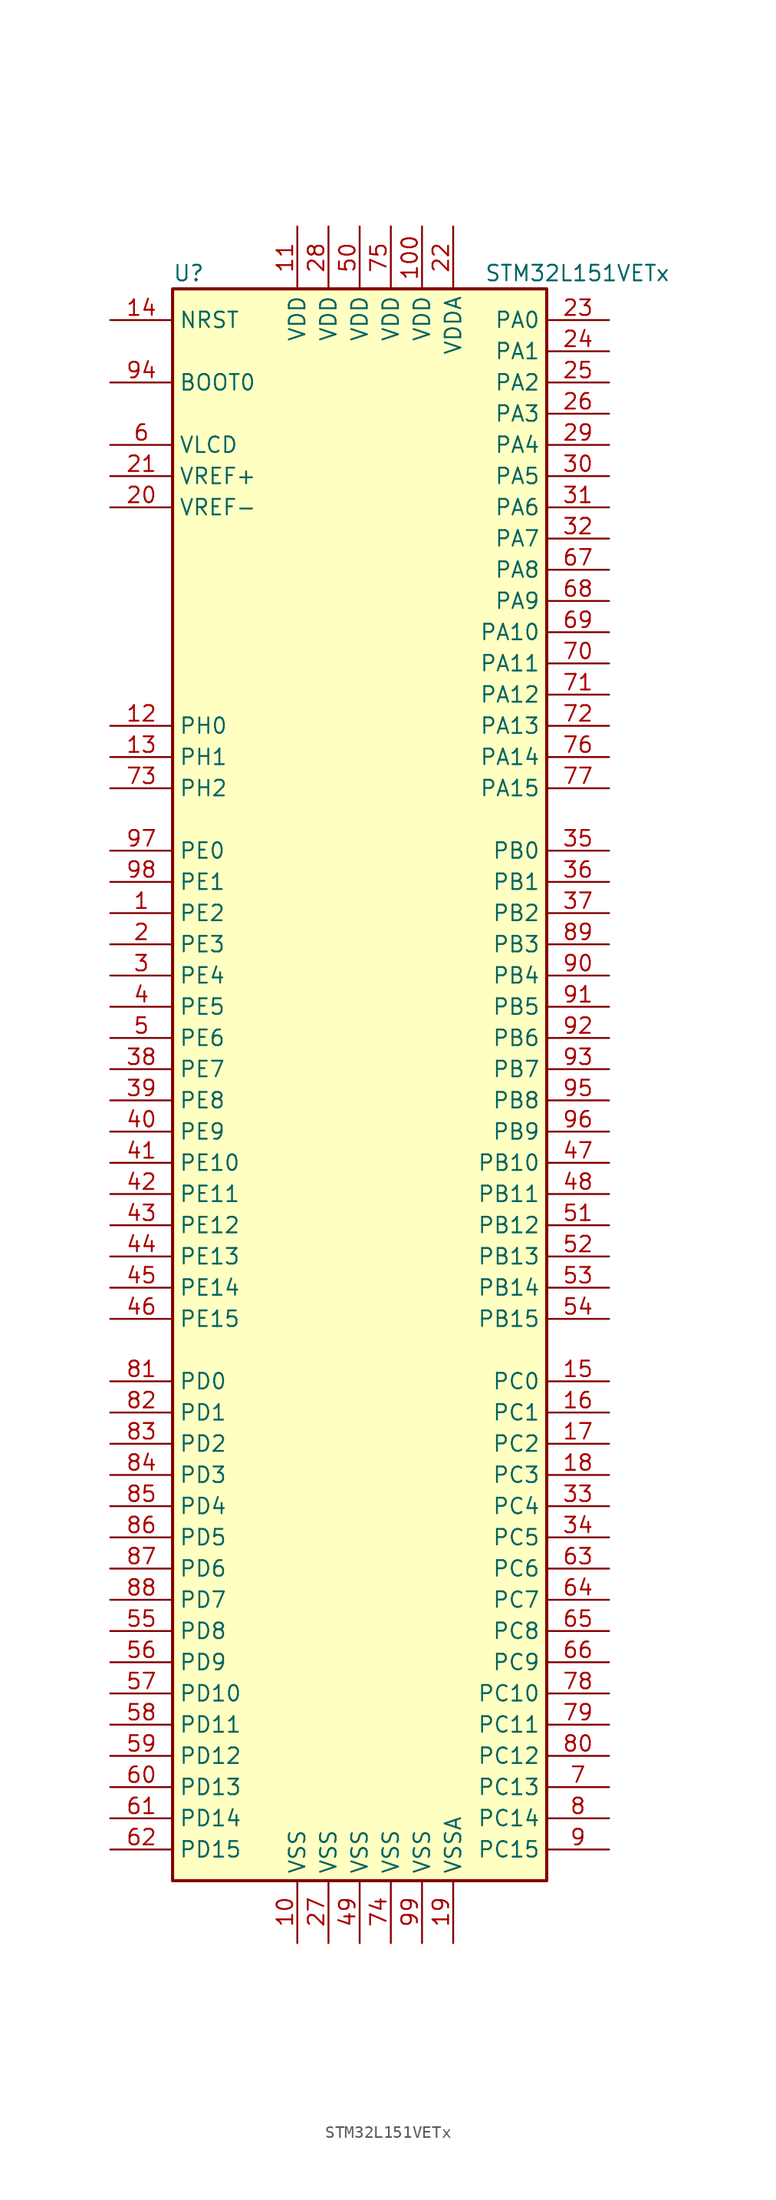
<source format=kicad_sym>
(kicad_symbol_lib
  (version 20201005)
  (generator kicad_symbol_editor)
  (symbol "STM32L151VETx"
    (property "Reference" "U"
      (at -15.24 64.77 0)
      (effects (font (size 1.27 1.27)) (justify left)))
    (property "Value" "STM32L151VETx"
      (at 10.16 64.77 0)
      (effects (font (size 1.27 1.27)) (justify left)))
    (symbol "STM32L151VETx_0_1"
      (rectangle (start -15.24 -66.04) (end 15.24 63.5) (stroke (width 0.254)) (fill (type background))))
    (symbol "STM32L151VETx_1_1"
      (pin input line (at -20.32 55.88 0) (length 5.08) (name "BOOT0" (effects (font (size 1.27 1.27)))) (number "94" (effects (font (size 1.27 1.27)))))
      (pin input line (at -20.32 60.96 0) (length 5.08) (name "NRST" (effects (font (size 1.27 1.27)))) (number "14" (effects (font (size 1.27 1.27)))))
      (pin bidirectional line (at 20.32 60.96 180) (length 5.08) (name "PA0" (effects (font (size 1.27 1.27)))) (number "23" (effects (font (size 1.27 1.27)))))
      (pin bidirectional line (at 20.32 58.42 180) (length 5.08) (name "PA1" (effects (font (size 1.27 1.27)))) (number "24" (effects (font (size 1.27 1.27)))))
      (pin bidirectional line (at 20.32 35.56 180) (length 5.08) (name "PA10" (effects (font (size 1.27 1.27)))) (number "69" (effects (font (size 1.27 1.27)))))
      (pin bidirectional line (at 20.32 33.02 180) (length 5.08) (name "PA11" (effects (font (size 1.27 1.27)))) (number "70" (effects (font (size 1.27 1.27)))))
      (pin bidirectional line (at 20.32 30.48 180) (length 5.08) (name "PA12" (effects (font (size 1.27 1.27)))) (number "71" (effects (font (size 1.27 1.27)))))
      (pin bidirectional line (at 20.32 27.94 180) (length 5.08) (name "PA13" (effects (font (size 1.27 1.27)))) (number "72" (effects (font (size 1.27 1.27)))))
      (pin bidirectional line (at 20.32 25.4 180) (length 5.08) (name "PA14" (effects (font (size 1.27 1.27)))) (number "76" (effects (font (size 1.27 1.27)))))
      (pin bidirectional line (at 20.32 22.86 180) (length 5.08) (name "PA15" (effects (font (size 1.27 1.27)))) (number "77" (effects (font (size 1.27 1.27)))))
      (pin bidirectional line (at 20.32 55.88 180) (length 5.08) (name "PA2" (effects (font (size 1.27 1.27)))) (number "25" (effects (font (size 1.27 1.27)))))
      (pin bidirectional line (at 20.32 53.34 180) (length 5.08) (name "PA3" (effects (font (size 1.27 1.27)))) (number "26" (effects (font (size 1.27 1.27)))))
      (pin bidirectional line (at 20.32 50.8 180) (length 5.08) (name "PA4" (effects (font (size 1.27 1.27)))) (number "29" (effects (font (size 1.27 1.27)))))
      (pin bidirectional line (at 20.32 48.26 180) (length 5.08) (name "PA5" (effects (font (size 1.27 1.27)))) (number "30" (effects (font (size 1.27 1.27)))))
      (pin bidirectional line (at 20.32 45.72 180) (length 5.08) (name "PA6" (effects (font (size 1.27 1.27)))) (number "31" (effects (font (size 1.27 1.27)))))
      (pin bidirectional line (at 20.32 43.18 180) (length 5.08) (name "PA7" (effects (font (size 1.27 1.27)))) (number "32" (effects (font (size 1.27 1.27)))))
      (pin bidirectional line (at 20.32 40.64 180) (length 5.08) (name "PA8" (effects (font (size 1.27 1.27)))) (number "67" (effects (font (size 1.27 1.27)))))
      (pin bidirectional line (at 20.32 38.1 180) (length 5.08) (name "PA9" (effects (font (size 1.27 1.27)))) (number "68" (effects (font (size 1.27 1.27)))))
      (pin bidirectional line (at 20.32 17.78 180) (length 5.08) (name "PB0" (effects (font (size 1.27 1.27)))) (number "35" (effects (font (size 1.27 1.27)))))
      (pin bidirectional line (at 20.32 15.24 180) (length 5.08) (name "PB1" (effects (font (size 1.27 1.27)))) (number "36" (effects (font (size 1.27 1.27)))))
      (pin bidirectional line (at 20.32 -7.62 180) (length 5.08) (name "PB10" (effects (font (size 1.27 1.27)))) (number "47" (effects (font (size 1.27 1.27)))))
      (pin bidirectional line (at 20.32 -10.16 180) (length 5.08) (name "PB11" (effects (font (size 1.27 1.27)))) (number "48" (effects (font (size 1.27 1.27)))))
      (pin bidirectional line (at 20.32 -12.7 180) (length 5.08) (name "PB12" (effects (font (size 1.27 1.27)))) (number "51" (effects (font (size 1.27 1.27)))))
      (pin bidirectional line (at 20.32 -15.24 180) (length 5.08) (name "PB13" (effects (font (size 1.27 1.27)))) (number "52" (effects (font (size 1.27 1.27)))))
      (pin bidirectional line (at 20.32 -17.78 180) (length 5.08) (name "PB14" (effects (font (size 1.27 1.27)))) (number "53" (effects (font (size 1.27 1.27)))))
      (pin bidirectional line (at 20.32 -20.32 180) (length 5.08) (name "PB15" (effects (font (size 1.27 1.27)))) (number "54" (effects (font (size 1.27 1.27)))))
      (pin bidirectional line (at 20.32 12.7 180) (length 5.08) (name "PB2" (effects (font (size 1.27 1.27)))) (number "37" (effects (font (size 1.27 1.27)))))
      (pin bidirectional line (at 20.32 10.16 180) (length 5.08) (name "PB3" (effects (font (size 1.27 1.27)))) (number "89" (effects (font (size 1.27 1.27)))))
      (pin bidirectional line (at 20.32 7.62 180) (length 5.08) (name "PB4" (effects (font (size 1.27 1.27)))) (number "90" (effects (font (size 1.27 1.27)))))
      (pin bidirectional line (at 20.32 5.08 180) (length 5.08) (name "PB5" (effects (font (size 1.27 1.27)))) (number "91" (effects (font (size 1.27 1.27)))))
      (pin bidirectional line (at 20.32 2.54 180) (length 5.08) (name "PB6" (effects (font (size 1.27 1.27)))) (number "92" (effects (font (size 1.27 1.27)))))
      (pin bidirectional line (at 20.32 0 180) (length 5.08) (name "PB7" (effects (font (size 1.27 1.27)))) (number "93" (effects (font (size 1.27 1.27)))))
      (pin bidirectional line (at 20.32 -2.54 180) (length 5.08) (name "PB8" (effects (font (size 1.27 1.27)))) (number "95" (effects (font (size 1.27 1.27)))))
      (pin bidirectional line (at 20.32 -5.08 180) (length 5.08) (name "PB9" (effects (font (size 1.27 1.27)))) (number "96" (effects (font (size 1.27 1.27)))))
      (pin bidirectional line (at 20.32 -25.4 180) (length 5.08) (name "PC0" (effects (font (size 1.27 1.27)))) (number "15" (effects (font (size 1.27 1.27)))))
      (pin bidirectional line (at 20.32 -27.94 180) (length 5.08) (name "PC1" (effects (font (size 1.27 1.27)))) (number "16" (effects (font (size 1.27 1.27)))))
      (pin bidirectional line (at 20.32 -50.8 180) (length 5.08) (name "PC10" (effects (font (size 1.27 1.27)))) (number "78" (effects (font (size 1.27 1.27)))))
      (pin bidirectional line (at 20.32 -53.34 180) (length 5.08) (name "PC11" (effects (font (size 1.27 1.27)))) (number "79" (effects (font (size 1.27 1.27)))))
      (pin bidirectional line (at 20.32 -55.88 180) (length 5.08) (name "PC12" (effects (font (size 1.27 1.27)))) (number "80" (effects (font (size 1.27 1.27)))))
      (pin bidirectional line (at 20.32 -58.42 180) (length 5.08) (name "PC13" (effects (font (size 1.27 1.27)))) (number "7" (effects (font (size 1.27 1.27)))))
      (pin bidirectional line (at 20.32 -60.96 180) (length 5.08) (name "PC14" (effects (font (size 1.27 1.27)))) (number "8" (effects (font (size 1.27 1.27)))))
      (pin bidirectional line (at 20.32 -63.5 180) (length 5.08) (name "PC15" (effects (font (size 1.27 1.27)))) (number "9" (effects (font (size 1.27 1.27)))))
      (pin bidirectional line (at 20.32 -30.48 180) (length 5.08) (name "PC2" (effects (font (size 1.27 1.27)))) (number "17" (effects (font (size 1.27 1.27)))))
      (pin bidirectional line (at 20.32 -33.02 180) (length 5.08) (name "PC3" (effects (font (size 1.27 1.27)))) (number "18" (effects (font (size 1.27 1.27)))))
      (pin bidirectional line (at 20.32 -35.56 180) (length 5.08) (name "PC4" (effects (font (size 1.27 1.27)))) (number "33" (effects (font (size 1.27 1.27)))))
      (pin bidirectional line (at 20.32 -38.1 180) (length 5.08) (name "PC5" (effects (font (size 1.27 1.27)))) (number "34" (effects (font (size 1.27 1.27)))))
      (pin bidirectional line (at 20.32 -40.64 180) (length 5.08) (name "PC6" (effects (font (size 1.27 1.27)))) (number "63" (effects (font (size 1.27 1.27)))))
      (pin bidirectional line (at 20.32 -43.18 180) (length 5.08) (name "PC7" (effects (font (size 1.27 1.27)))) (number "64" (effects (font (size 1.27 1.27)))))
      (pin bidirectional line (at 20.32 -45.72 180) (length 5.08) (name "PC8" (effects (font (size 1.27 1.27)))) (number "65" (effects (font (size 1.27 1.27)))))
      (pin bidirectional line (at 20.32 -48.26 180) (length 5.08) (name "PC9" (effects (font (size 1.27 1.27)))) (number "66" (effects (font (size 1.27 1.27)))))
      (pin bidirectional line (at -20.32 -25.4 0) (length 5.08) (name "PD0" (effects (font (size 1.27 1.27)))) (number "81" (effects (font (size 1.27 1.27)))))
      (pin bidirectional line (at -20.32 -27.94 0) (length 5.08) (name "PD1" (effects (font (size 1.27 1.27)))) (number "82" (effects (font (size 1.27 1.27)))))
      (pin bidirectional line (at -20.32 -50.8 0) (length 5.08) (name "PD10" (effects (font (size 1.27 1.27)))) (number "57" (effects (font (size 1.27 1.27)))))
      (pin bidirectional line (at -20.32 -53.34 0) (length 5.08) (name "PD11" (effects (font (size 1.27 1.27)))) (number "58" (effects (font (size 1.27 1.27)))))
      (pin bidirectional line (at -20.32 -55.88 0) (length 5.08) (name "PD12" (effects (font (size 1.27 1.27)))) (number "59" (effects (font (size 1.27 1.27)))))
      (pin bidirectional line (at -20.32 -58.42 0) (length 5.08) (name "PD13" (effects (font (size 1.27 1.27)))) (number "60" (effects (font (size 1.27 1.27)))))
      (pin bidirectional line (at -20.32 -60.96 0) (length 5.08) (name "PD14" (effects (font (size 1.27 1.27)))) (number "61" (effects (font (size 1.27 1.27)))))
      (pin bidirectional line (at -20.32 -63.5 0) (length 5.08) (name "PD15" (effects (font (size 1.27 1.27)))) (number "62" (effects (font (size 1.27 1.27)))))
      (pin bidirectional line (at -20.32 -30.48 0) (length 5.08) (name "PD2" (effects (font (size 1.27 1.27)))) (number "83" (effects (font (size 1.27 1.27)))))
      (pin bidirectional line (at -20.32 -33.02 0) (length 5.08) (name "PD3" (effects (font (size 1.27 1.27)))) (number "84" (effects (font (size 1.27 1.27)))))
      (pin bidirectional line (at -20.32 -35.56 0) (length 5.08) (name "PD4" (effects (font (size 1.27 1.27)))) (number "85" (effects (font (size 1.27 1.27)))))
      (pin bidirectional line (at -20.32 -38.1 0) (length 5.08) (name "PD5" (effects (font (size 1.27 1.27)))) (number "86" (effects (font (size 1.27 1.27)))))
      (pin bidirectional line (at -20.32 -40.64 0) (length 5.08) (name "PD6" (effects (font (size 1.27 1.27)))) (number "87" (effects (font (size 1.27 1.27)))))
      (pin bidirectional line (at -20.32 -43.18 0) (length 5.08) (name "PD7" (effects (font (size 1.27 1.27)))) (number "88" (effects (font (size 1.27 1.27)))))
      (pin bidirectional line (at -20.32 -45.72 0) (length 5.08) (name "PD8" (effects (font (size 1.27 1.27)))) (number "55" (effects (font (size 1.27 1.27)))))
      (pin bidirectional line (at -20.32 -48.26 0) (length 5.08) (name "PD9" (effects (font (size 1.27 1.27)))) (number "56" (effects (font (size 1.27 1.27)))))
      (pin bidirectional line (at -20.32 17.78 0) (length 5.08) (name "PE0" (effects (font (size 1.27 1.27)))) (number "97" (effects (font (size 1.27 1.27)))))
      (pin bidirectional line (at -20.32 15.24 0) (length 5.08) (name "PE1" (effects (font (size 1.27 1.27)))) (number "98" (effects (font (size 1.27 1.27)))))
      (pin bidirectional line (at -20.32 -7.62 0) (length 5.08) (name "PE10" (effects (font (size 1.27 1.27)))) (number "41" (effects (font (size 1.27 1.27)))))
      (pin bidirectional line (at -20.32 -10.16 0) (length 5.08) (name "PE11" (effects (font (size 1.27 1.27)))) (number "42" (effects (font (size 1.27 1.27)))))
      (pin bidirectional line (at -20.32 -12.7 0) (length 5.08) (name "PE12" (effects (font (size 1.27 1.27)))) (number "43" (effects (font (size 1.27 1.27)))))
      (pin bidirectional line (at -20.32 -15.24 0) (length 5.08) (name "PE13" (effects (font (size 1.27 1.27)))) (number "44" (effects (font (size 1.27 1.27)))))
      (pin bidirectional line (at -20.32 -17.78 0) (length 5.08) (name "PE14" (effects (font (size 1.27 1.27)))) (number "45" (effects (font (size 1.27 1.27)))))
      (pin bidirectional line (at -20.32 -20.32 0) (length 5.08) (name "PE15" (effects (font (size 1.27 1.27)))) (number "46" (effects (font (size 1.27 1.27)))))
      (pin bidirectional line (at -20.32 12.7 0) (length 5.08) (name "PE2" (effects (font (size 1.27 1.27)))) (number "1" (effects (font (size 1.27 1.27)))))
      (pin bidirectional line (at -20.32 10.16 0) (length 5.08) (name "PE3" (effects (font (size 1.27 1.27)))) (number "2" (effects (font (size 1.27 1.27)))))
      (pin bidirectional line (at -20.32 7.62 0) (length 5.08) (name "PE4" (effects (font (size 1.27 1.27)))) (number "3" (effects (font (size 1.27 1.27)))))
      (pin bidirectional line (at -20.32 5.08 0) (length 5.08) (name "PE5" (effects (font (size 1.27 1.27)))) (number "4" (effects (font (size 1.27 1.27)))))
      (pin bidirectional line (at -20.32 2.54 0) (length 5.08) (name "PE6" (effects (font (size 1.27 1.27)))) (number "5" (effects (font (size 1.27 1.27)))))
      (pin bidirectional line (at -20.32 0 0) (length 5.08) (name "PE7" (effects (font (size 1.27 1.27)))) (number "38" (effects (font (size 1.27 1.27)))))
      (pin bidirectional line (at -20.32 -2.54 0) (length 5.08) (name "PE8" (effects (font (size 1.27 1.27)))) (number "39" (effects (font (size 1.27 1.27)))))
      (pin bidirectional line (at -20.32 -5.08 0) (length 5.08) (name "PE9" (effects (font (size 1.27 1.27)))) (number "40" (effects (font (size 1.27 1.27)))))
      (pin input line (at -20.32 27.94 0) (length 5.08) (name "PH0" (effects (font (size 1.27 1.27)))) (number "12" (effects (font (size 1.27 1.27)))))
      (pin input line (at -20.32 25.4 0) (length 5.08) (name "PH1" (effects (font (size 1.27 1.27)))) (number "13" (effects (font (size 1.27 1.27)))))
      (pin bidirectional line (at -20.32 22.86 0) (length 5.08) (name "PH2" (effects (font (size 1.27 1.27)))) (number "73" (effects (font (size 1.27 1.27)))))
      (pin power_in line (at 5.08 68.58 270) (length 5.08) (name "VDD" (effects (font (size 1.27 1.27)))) (number "100" (effects (font (size 1.27 1.27)))))
      (pin power_in line (at -5.08 68.58 270) (length 5.08) (name "VDD" (effects (font (size 1.27 1.27)))) (number "11" (effects (font (size 1.27 1.27)))))
      (pin power_in line (at -2.54 68.58 270) (length 5.08) (name "VDD" (effects (font (size 1.27 1.27)))) (number "28" (effects (font (size 1.27 1.27)))))
      (pin power_in line (at 0 68.58 270) (length 5.08) (name "VDD" (effects (font (size 1.27 1.27)))) (number "50" (effects (font (size 1.27 1.27)))))
      (pin power_in line (at 2.54 68.58 270) (length 5.08) (name "VDD" (effects (font (size 1.27 1.27)))) (number "75" (effects (font (size 1.27 1.27)))))
      (pin power_in line (at 7.62 68.58 270) (length 5.08) (name "VDDA" (effects (font (size 1.27 1.27)))) (number "22" (effects (font (size 1.27 1.27)))))
      (pin power_in line (at -20.32 50.8 0) (length 5.08) (name "VLCD" (effects (font (size 1.27 1.27)))) (number "6" (effects (font (size 1.27 1.27)))))
      (pin power_in line (at -20.32 48.26 0) (length 5.08) (name "VREF+" (effects (font (size 1.27 1.27)))) (number "21" (effects (font (size 1.27 1.27)))))
      (pin power_in line (at -20.32 45.72 0) (length 5.08) (name "VREF-" (effects (font (size 1.27 1.27)))) (number "20" (effects (font (size 1.27 1.27)))))
      (pin power_in line (at -5.08 -71.12 90) (length 5.08) (name "VSS" (effects (font (size 1.27 1.27)))) (number "10" (effects (font (size 1.27 1.27)))))
      (pin power_in line (at -2.54 -71.12 90) (length 5.08) (name "VSS" (effects (font (size 1.27 1.27)))) (number "27" (effects (font (size 1.27 1.27)))))
      (pin power_in line (at 0 -71.12 90) (length 5.08) (name "VSS" (effects (font (size 1.27 1.27)))) (number "49" (effects (font (size 1.27 1.27)))))
      (pin power_in line (at 2.54 -71.12 90) (length 5.08) (name "VSS" (effects (font (size 1.27 1.27)))) (number "74" (effects (font (size 1.27 1.27)))))
      (pin power_in line (at 5.08 -71.12 90) (length 5.08) (name "VSS" (effects (font (size 1.27 1.27)))) (number "99" (effects (font (size 1.27 1.27)))))
      (pin power_in line (at 7.62 -71.12 90) (length 5.08) (name "VSSA" (effects (font (size 1.27 1.27)))) (number "19" (effects (font (size 1.27 1.27))))))))
</source>
